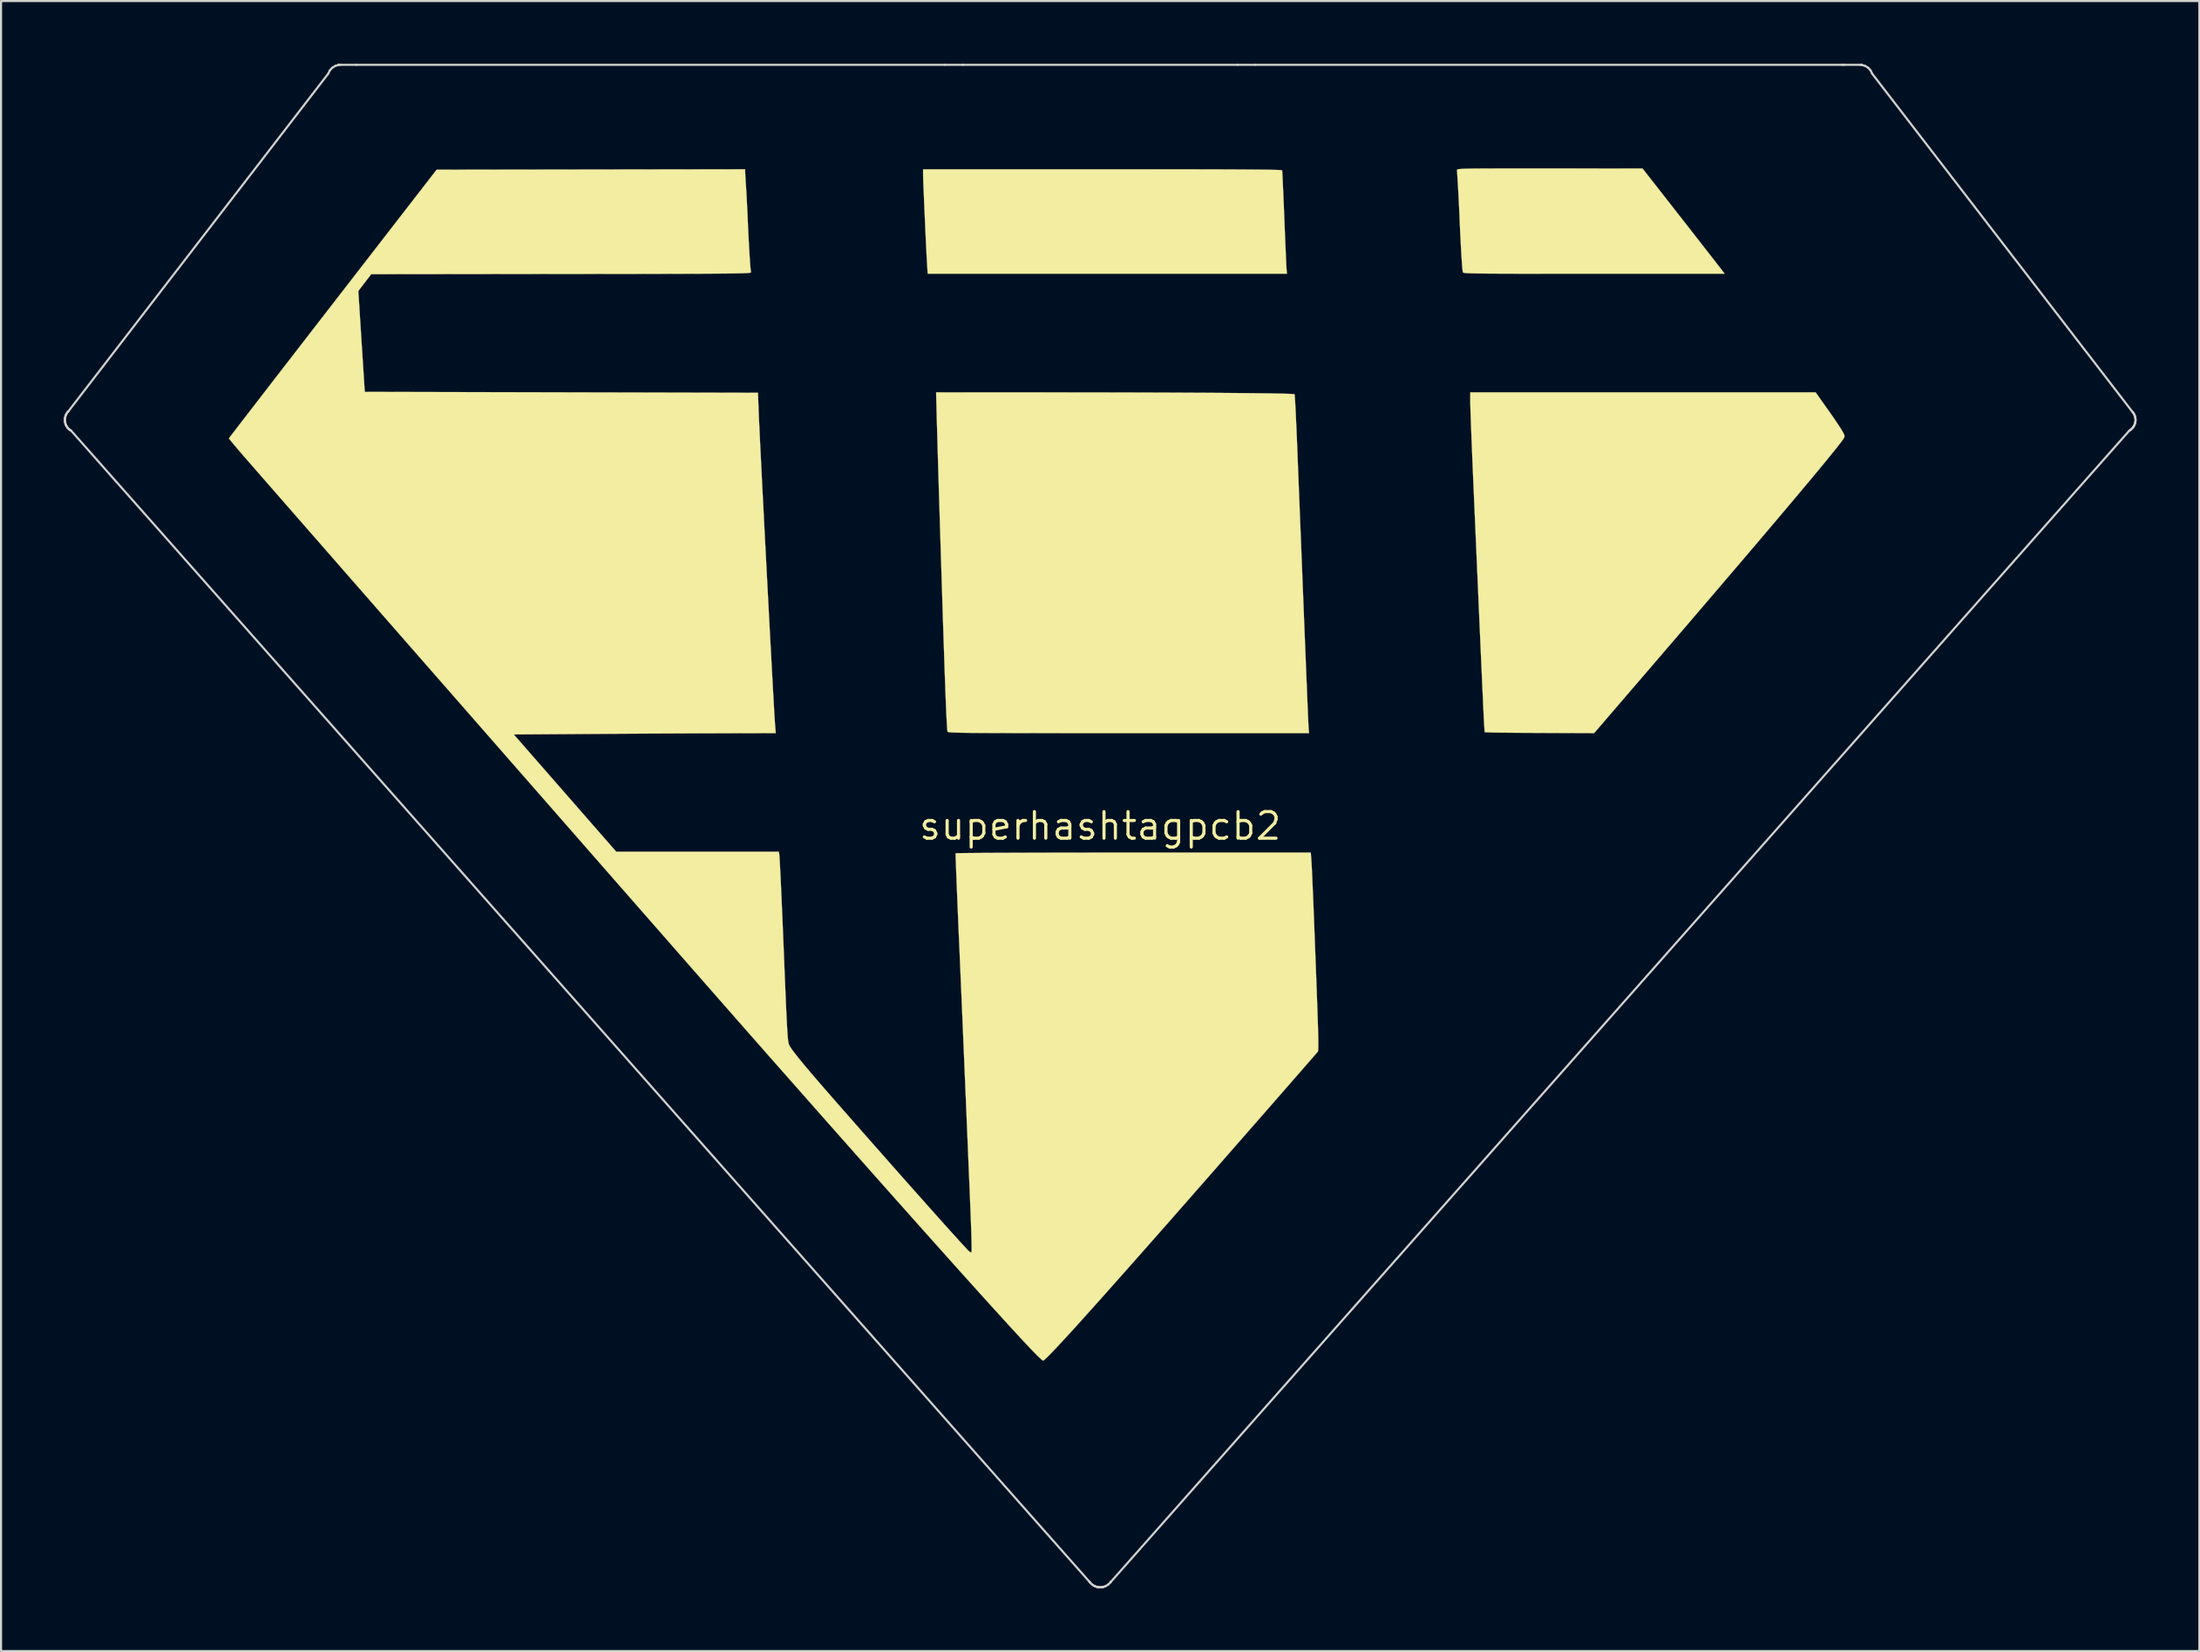
<source format=kicad_pcb>
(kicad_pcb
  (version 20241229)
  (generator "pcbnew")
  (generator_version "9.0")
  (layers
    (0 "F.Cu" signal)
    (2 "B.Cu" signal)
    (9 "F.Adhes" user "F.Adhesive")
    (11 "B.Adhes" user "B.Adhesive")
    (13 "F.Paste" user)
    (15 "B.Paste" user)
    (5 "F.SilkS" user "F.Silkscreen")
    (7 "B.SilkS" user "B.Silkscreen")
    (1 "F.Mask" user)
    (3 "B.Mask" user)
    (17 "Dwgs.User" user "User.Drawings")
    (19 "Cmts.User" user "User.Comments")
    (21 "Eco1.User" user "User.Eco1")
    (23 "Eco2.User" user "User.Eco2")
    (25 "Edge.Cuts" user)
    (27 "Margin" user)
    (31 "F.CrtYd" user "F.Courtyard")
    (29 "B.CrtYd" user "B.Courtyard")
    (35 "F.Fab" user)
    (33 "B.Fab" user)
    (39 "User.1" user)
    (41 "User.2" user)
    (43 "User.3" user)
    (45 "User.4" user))
  (footprint "superhashtagpcb2"
    (layer "F.Cu")
    (at 49.55 36.458)
    (property "Reference" "superhashtagpcb2" (at 0 0 0) (layer "F.SilkS") (effects (font (size 1.27 1.27) (thickness 0.15))))
    (attr through_hole)
    (fp_poly (pts (xy 27.705 -4.644) (xy 27.768 -4.577) (xy 27.843 -4.469) (xy 27.933 -4.316) (xy 28.042 -4.112) (xy 28.173 -3.853) (xy 28.33 -3.534) (xy 28.516 -3.151) (xy 28.735 -2.698) (xy 28.832 -2.498) (xy 29.025 -2.096) (xy 29.208 -1.717) (xy 29.375 -1.367) (xy 29.525 -1.053) (xy 29.653 -0.782) (xy 29.757 -0.562) (xy 29.832 -0.398) (xy 29.877 -0.297) (xy 29.887 -0.268) (xy 29.859 -0.206) (xy 29.787 -0.106) (xy 29.688 0.012) (xy 29.579 0.129) (xy 29.477 0.227) (xy 29.4 0.287) (xy 29.374 0.296) (xy 29.29 0.267) (xy 29.266 0.243) (xy 29.235 0.188) (xy 29.176 0.071) (xy 29.096 -0.095) (xy 29.001 -0.295) (xy 28.936 -0.433) (xy 28.647 -1.056) (xy 27.076 -1.579) (xy 26.672 -1.714) (xy 26.341 -1.826) (xy 26.077 -1.918) (xy 25.872 -1.991) (xy 25.72 -2.05) (xy 25.613 -2.096) (xy 25.544 -2.132) (xy 25.507 -2.162) (xy 25.493 -2.187) (xy 25.493 -2.187) (xy 25.514 -2.258) (xy 25.578 -2.367) (xy 25.67 -2.494) (xy 25.773 -2.619) (xy 25.872 -2.723) (xy 25.951 -2.785) (xy 25.979 -2.794) (xy 26.033 -2.781) (xy 26.156 -2.744) (xy 26.336 -2.687) (xy 26.563 -2.613) (xy 26.826 -2.526) (xy 27.09 -2.438) (xy 28.143 -2.082) (xy 28.005 -2.385) (xy 27.939 -2.526) (xy 27.845 -2.722) (xy 27.731 -2.954) (xy 27.609 -3.202) (xy 27.522 -3.376) (xy 27.412 -3.6) (xy 27.316 -3.803) (xy 27.241 -3.97) (xy 27.193 -4.088) (xy 27.178 -4.14) (xy 27.204 -4.209) (xy 27.273 -4.318) (xy 27.37 -4.442) (xy 27.375 -4.448) (xy 27.441 -4.528) (xy 27.499 -4.596) (xy 27.55 -4.646) (xy 27.6 -4.674) (xy 27.65 -4.675) (xy 27.705 -4.644)) (stroke (width 0.01) (type solid)) (fill yes) (layer "F.Mask"))
    (fp_poly (pts (xy 23.137 1.273) (xy 23.348 1.33) (xy 23.646 1.472) (xy 23.948 1.672) (xy 24.232 1.91) (xy 24.475 2.169) (xy 24.648 2.413) (xy 24.798 2.748) (xy 24.871 3.09) (xy 24.869 3.43) (xy 24.795 3.756) (xy 24.651 4.058) (xy 24.44 4.324) (xy 24.164 4.543) (xy 24.159 4.546) (xy 23.951 4.675) (xy 24.241 4.931) (xy 24.395 5.067) (xy 24.549 5.204) (xy 24.673 5.316) (xy 24.698 5.339) (xy 24.866 5.493) (xy 24.791 5.607) (xy 24.688 5.748) (xy 24.573 5.879) (xy 24.463 5.984) (xy 24.376 6.045) (xy 24.345 6.054) (xy 24.3 6.027) (xy 24.198 5.949) (xy 24.045 5.825) (xy 23.846 5.661) (xy 23.609 5.462) (xy 23.34 5.233) (xy 23.043 4.979) (xy 22.727 4.705) (xy 22.593 4.589) (xy 22.168 4.217) (xy 21.806 3.897) (xy 21.508 3.63) (xy 21.271 3.413) (xy 21.095 3.247) (xy 20.978 3.129) (xy 20.92 3.059) (xy 20.913 3.041) (xy 20.925 3.006) (xy 22.169 3.006) (xy 22.177 3.059) (xy 22.204 3.115) (xy 22.257 3.181) (xy 22.345 3.27) (xy 22.476 3.391) (xy 22.659 3.553) (xy 22.75 3.632) (xy 22.938 3.796) (xy 23.105 3.938) (xy 23.241 4.05) (xy 23.335 4.123) (xy 23.376 4.149) (xy 23.438 4.131) (xy 23.529 4.089) (xy 23.648 4.006) (xy 23.783 3.882) (xy 23.911 3.742) (xy 24.008 3.611) (xy 24.043 3.543) (xy 24.088 3.307) (xy 24.05 3.067) (xy 23.93 2.825) (xy 23.728 2.585) (xy 23.695 2.553) (xy 23.425 2.326) (xy 23.177 2.178) (xy 22.948 2.106) (xy 22.856 2.098) (xy 22.729 2.104) (xy 22.636 2.135) (xy 22.541 2.206) (xy 22.481 2.262) (xy 22.301 2.495) (xy 22.196 2.763) (xy 22.17 2.944) (xy 22.169 3.006) (xy 20.925 3.006) (xy 20.94 2.965) (xy 21.011 2.856) (xy 21.107 2.734) (xy 21.212 2.62) (xy 21.306 2.535) (xy 21.374 2.498) (xy 21.378 2.498) (xy 21.466 2.524) (xy 21.491 2.543) (xy 21.525 2.545) (xy 21.553 2.472) (xy 21.565 2.407) (xy 21.654 2.103) (xy 21.815 1.818) (xy 22.033 1.572) (xy 22.295 1.382) (xy 22.329 1.364) (xy 22.571 1.28) (xy 22.85 1.249) (xy 23.137 1.273)) (stroke (width 0.01) (type solid)) (fill yes) (layer "F.Mask"))
    (fp_poly (pts (xy 9.487 14.316) (xy 9.522 14.338) (xy 9.575 14.379) (xy 9.684 14.47) (xy 9.841 14.603) (xy 10.038 14.771) (xy 10.268 14.969) (xy 10.524 15.19) (xy 10.797 15.426) (xy 11.08 15.671) (xy 11.365 15.919) (xy 11.644 16.162) (xy 11.911 16.394) (xy 12.156 16.609) (xy 12.372 16.8) (xy 12.552 16.959) (xy 12.689 17.081) (xy 12.773 17.159) (xy 12.774 17.16) (xy 12.871 17.257) (xy 12.936 17.331) (xy 12.954 17.361) (xy 12.928 17.405) (xy 12.861 17.496) (xy 12.764 17.615) (xy 12.736 17.649) (xy 12.598 17.799) (xy 12.493 17.882) (xy 12.41 17.902) (xy 12.338 17.866) (xy 12.327 17.856) (xy 12.293 17.84) (xy 12.278 17.889) (xy 12.277 17.951) (xy 12.24 18.16) (xy 12.14 18.385) (xy 11.991 18.606) (xy 11.807 18.806) (xy 11.603 18.967) (xy 11.401 19.067) (xy 11.137 19.122) (xy 10.843 19.126) (xy 10.556 19.079) (xy 10.458 19.048) (xy 10.143 18.901) (xy 9.83 18.692) (xy 9.541 18.441) (xy 9.301 18.168) (xy 9.248 18.091) (xy 9.069 17.756) (xy 8.968 17.413) (xy 8.943 17.093) (xy 9.737 17.093) (xy 9.775 17.307) (xy 9.882 17.532) (xy 10.045 17.753) (xy 10.252 17.957) (xy 10.489 18.13) (xy 10.745 18.258) (xy 10.837 18.291) (xy 10.939 18.319) (xy 11.008 18.322) (xy 11.089 18.297) (xy 11.12 18.285) (xy 11.31 18.172) (xy 11.472 17.994) (xy 11.595 17.772) (xy 11.664 17.526) (xy 11.669 17.491) (xy 11.691 17.293) (xy 11.071 16.754) (xy 10.451 16.214) (xy 10.327 16.278) (xy 10.103 16.428) (xy 9.923 16.616) (xy 9.797 16.826) (xy 9.739 17.041) (xy 9.737 17.093) (xy 8.943 17.093) (xy 8.941 17.07) (xy 8.988 16.739) (xy 9.107 16.428) (xy 9.295 16.147) (xy 9.552 15.907) (xy 9.628 15.854) (xy 9.734 15.779) (xy 9.804 15.72) (xy 9.82 15.698) (xy 9.791 15.661) (xy 9.708 15.58) (xy 9.584 15.466) (xy 9.431 15.328) (xy 9.377 15.28) (xy 9.216 15.136) (xy 9.081 15.007) (xy 8.983 14.906) (xy 8.935 14.845) (xy 8.932 14.835) (xy 8.959 14.777) (xy 9.027 14.678) (xy 9.119 14.56) (xy 9.22 14.444) (xy 9.311 14.35) (xy 9.346 14.319) (xy 9.411 14.291) (xy 9.487 14.316)) (stroke (width 0.01) (type solid)) (fill yes) (layer "F.Mask"))
    (fp_poly (pts (xy 5.954 20.884) (xy 6.196 20.93) (xy 6.213 20.935) (xy 6.417 21.018) (xy 6.65 21.151) (xy 6.89 21.317) (xy 7.114 21.499) (xy 7.282 21.666) (xy 7.415 21.833) (xy 7.545 22.027) (xy 7.633 22.182) (xy 7.74 22.48) (xy 7.789 22.804) (xy 7.778 23.127) (xy 7.709 23.41) (xy 7.566 23.682) (xy 7.362 23.932) (xy 7.117 24.134) (xy 7.043 24.179) (xy 6.923 24.256) (xy 6.841 24.328) (xy 6.816 24.371) (xy 6.788 24.44) (xy 6.717 24.544) (xy 6.62 24.661) (xy 6.517 24.772) (xy 6.424 24.855) (xy 6.359 24.892) (xy 6.355 24.892) (xy 6.311 24.865) (xy 6.21 24.787) (xy 6.057 24.663) (xy 5.859 24.499) (xy 5.621 24.299) (xy 5.35 24.068) (xy 5.053 23.813) (xy 4.734 23.537) (xy 4.561 23.387) (xy 4.236 23.101) (xy 3.93 22.832) (xy 3.767 22.686) (xy 5.043 22.686) (xy 5.078 22.727) (xy 5.166 22.811) (xy 5.293 22.928) (xy 5.448 23.067) (xy 5.62 23.218) (xy 5.795 23.371) (xy 5.962 23.514) (xy 6.109 23.637) (xy 6.223 23.731) (xy 6.293 23.784) (xy 6.309 23.791) (xy 6.357 23.768) (xy 6.447 23.71) (xy 6.502 23.67) (xy 6.734 23.469) (xy 6.903 23.259) (xy 7.003 23.049) (xy 7.027 22.891) (xy 6.99 22.714) (xy 6.889 22.518) (xy 6.736 22.316) (xy 6.545 22.121) (xy 6.329 21.947) (xy 6.102 21.806) (xy 5.877 21.713) (xy 5.832 21.701) (xy 5.663 21.702) (xy 5.495 21.776) (xy 5.339 21.913) (xy 5.207 22.104) (xy 5.11 22.338) (xy 5.099 22.374) (xy 5.064 22.518) (xy 5.044 22.632) (xy 5.043 22.686) (xy 3.767 22.686) (xy 3.65 22.583) (xy 3.403 22.361) (xy 3.192 22.169) (xy 3.025 22.015) (xy 2.908 21.902) (xy 2.845 21.837) (xy 2.836 21.824) (xy 2.865 21.752) (xy 2.939 21.646) (xy 3.041 21.528) (xy 3.15 21.417) (xy 3.249 21.332) (xy 3.32 21.295) (xy 3.324 21.295) (xy 3.386 21.322) (xy 3.5 21.397) (xy 3.652 21.513) (xy 3.832 21.661) (xy 3.917 21.733) (xy 4.424 22.172) (xy 4.478 21.936) (xy 4.585 21.639) (xy 4.758 21.365) (xy 4.981 21.133) (xy 5.24 20.964) (xy 5.268 20.95) (xy 5.459 20.895) (xy 5.699 20.873) (xy 5.954 20.884)) (stroke (width 0.01) (type solid)) (fill yes) (layer "F.Mask"))
    (fp_poly (pts (xy 15.484 10.017) (xy 15.635 10.036) (xy 15.768 10.075) (xy 15.875 10.121) (xy 16.023 10.202) (xy 16.184 10.309) (xy 16.341 10.428) (xy 16.48 10.546) (xy 16.583 10.651) (xy 16.634 10.728) (xy 16.637 10.744) (xy 16.61 10.794) (xy 16.534 10.899) (xy 16.417 11.048) (xy 16.267 11.232) (xy 16.089 11.443) (xy 15.918 11.642) (xy 15.725 11.866) (xy 15.552 12.07) (xy 15.408 12.245) (xy 15.298 12.383) (xy 15.231 12.474) (xy 15.213 12.509) (xy 15.273 12.581) (xy 15.395 12.644) (xy 15.552 12.69) (xy 15.721 12.709) (xy 15.724 12.709) (xy 15.984 12.67) (xy 16.229 12.549) (xy 16.453 12.35) (xy 16.462 12.341) (xy 16.571 12.205) (xy 16.658 12.063) (xy 16.733 11.898) (xy 16.803 11.69) (xy 16.876 11.42) (xy 16.892 11.356) (xy 16.934 11.239) (xy 16.994 11.185) (xy 17.081 11.193) (xy 17.203 11.264) (xy 17.366 11.396) (xy 17.493 11.508) (xy 17.566 11.587) (xy 17.598 11.65) (xy 17.601 11.718) (xy 17.595 11.766) (xy 17.565 11.872) (xy 17.507 12.025) (xy 17.43 12.201) (xy 17.394 12.277) (xy 17.204 12.596) (xy 16.966 12.89) (xy 16.698 13.143) (xy 16.417 13.334) (xy 16.331 13.378) (xy 15.994 13.494) (xy 15.651 13.532) (xy 15.317 13.491) (xy 15.282 13.481) (xy 14.992 13.366) (xy 14.695 13.19) (xy 14.414 12.968) (xy 14.172 12.72) (xy 14.005 12.487) (xy 13.848 12.142) (xy 13.773 11.788) (xy 13.776 11.583) (xy 14.497 11.583) (xy 14.537 11.782) (xy 14.594 11.912) (xy 14.641 11.99) (xy 14.68 11.999) (xy 14.708 11.975) (xy 14.753 11.924) (xy 14.843 11.822) (xy 14.966 11.681) (xy 15.113 11.514) (xy 15.199 11.415) (xy 15.364 11.225) (xy 15.479 11.088) (xy 15.551 10.994) (xy 15.586 10.932) (xy 15.591 10.893) (xy 15.572 10.865) (xy 15.559 10.854) (xy 15.419 10.79) (xy 15.244 10.76) (xy 15.082 10.772) (xy 14.965 10.832) (xy 14.83 10.944) (xy 14.698 11.087) (xy 14.589 11.238) (xy 14.524 11.376) (xy 14.521 11.384) (xy 14.497 11.583) (xy 13.776 11.583) (xy 13.778 11.434) (xy 13.863 11.089) (xy 14.026 10.761) (xy 14.266 10.459) (xy 14.286 10.438) (xy 14.505 10.243) (xy 14.714 10.114) (xy 14.937 10.041) (xy 15.201 10.013) (xy 15.282 10.012) (xy 15.484 10.017)) (stroke (width 0.01) (type solid)) (fill yes) (layer "F.Mask"))
    (fp_poly (pts (xy 25.463 -1.499) (xy 25.602 -1.484) (xy 25.728 -1.449) (xy 25.875 -1.385) (xy 25.961 -1.343) (xy 26.185 -1.211) (xy 26.422 -1.037) (xy 26.651 -0.838) (xy 26.853 -0.632) (xy 27.008 -0.437) (xy 27.06 -0.353) (xy 27.213 0.004) (xy 27.287 0.36) (xy 27.282 0.706) (xy 27.196 1.036) (xy 27.181 1.073) (xy 27.099 1.219) (xy 26.975 1.385) (xy 26.83 1.55) (xy 26.681 1.694) (xy 26.548 1.795) (xy 26.497 1.822) (xy 26.414 1.866) (xy 26.382 1.904) (xy 26.383 1.906) (xy 26.417 1.944) (xy 26.503 2.027) (xy 26.628 2.144) (xy 26.782 2.284) (xy 26.829 2.326) (xy 26.987 2.47) (xy 27.119 2.595) (xy 27.214 2.69) (xy 27.26 2.744) (xy 27.263 2.75) (xy 27.235 2.808) (xy 27.164 2.904) (xy 27.065 3.019) (xy 26.958 3.134) (xy 26.858 3.231) (xy 26.783 3.29) (xy 26.759 3.3) (xy 26.715 3.273) (xy 26.613 3.195) (xy 26.461 3.071) (xy 26.263 2.907) (xy 26.027 2.707) (xy 25.758 2.478) (xy 25.463 2.224) (xy 25.147 1.95) (xy 25.019 1.838) (xy 24.663 1.526) (xy 24.339 1.239) (xy 24.052 0.982) (xy 23.806 0.759) (xy 23.607 0.574) (xy 23.459 0.432) (xy 23.366 0.337) (xy 23.359 0.328) (xy 24.544 0.328) (xy 25.152 0.861) (xy 25.343 1.027) (xy 25.513 1.172) (xy 25.652 1.288) (xy 25.748 1.365) (xy 25.792 1.395) (xy 25.793 1.396) (xy 25.849 1.376) (xy 25.939 1.328) (xy 25.941 1.326) (xy 26.171 1.151) (xy 26.347 0.95) (xy 26.46 0.736) (xy 26.5 0.524) (xy 26.5 0.52) (xy 26.467 0.314) (xy 26.368 0.107) (xy 26.197 -0.108) (xy 26.07 -0.236) (xy 25.799 -0.46) (xy 25.554 -0.603) (xy 25.33 -0.668) (xy 25.128 -0.654) (xy 24.973 -0.581) (xy 24.854 -0.466) (xy 24.739 -0.294) (xy 24.642 -0.094) (xy 24.579 0.106) (xy 24.571 0.153) (xy 24.544 0.328) (xy 23.359 0.328) (xy 23.333 0.293) (xy 23.355 0.207) (xy 23.436 0.078) (xy 23.519 -0.027) (xy 23.631 -0.152) (xy 23.712 -0.221) (xy 23.78 -0.246) (xy 23.836 -0.245) (xy 23.915 -0.242) (xy 23.955 -0.282) (xy 23.977 -0.378) (xy 24.063 -0.66) (xy 24.216 -0.933) (xy 24.422 -1.175) (xy 24.663 -1.366) (xy 24.731 -1.405) (xy 24.845 -1.456) (xy 24.967 -1.486) (xy 25.125 -1.5) (xy 25.275 -1.502) (xy 25.463 -1.499)) (stroke (width 0.01) (type solid)) (fill yes) (layer "F.Mask"))
    (fp_poly (pts (xy 8.407 18.318) (xy 8.546 18.383) (xy 8.643 18.446) (xy 8.784 18.55) (xy 8.961 18.689) (xy 9.163 18.854) (xy 9.381 19.036) (xy 9.605 19.227) (xy 9.825 19.418) (xy 10.032 19.602) (xy 10.216 19.77) (xy 10.367 19.913) (xy 10.477 20.024) (xy 10.534 20.093) (xy 10.54 20.108) (xy 10.513 20.169) (xy 10.443 20.271) (xy 10.343 20.394) (xy 10.324 20.416) (xy 10.202 20.547) (xy 10.113 20.62) (xy 10.04 20.649) (xy 10 20.649) (xy 9.925 20.653) (xy 9.884 20.698) (xy 9.857 20.796) (xy 9.816 20.931) (xy 9.752 21.089) (xy 9.72 21.156) (xy 9.535 21.444) (xy 9.311 21.672) (xy 9.057 21.836) (xy 8.784 21.93) (xy 8.501 21.951) (xy 8.221 21.893) (xy 7.939 21.755) (xy 7.707 21.555) (xy 7.543 21.333) (xy 7.47 21.207) (xy 7.43 21.106) (xy 7.413 20.996) (xy 7.414 20.846) (xy 7.416 20.786) (xy 7.431 20.685) (xy 8.207 20.685) (xy 8.241 20.862) (xy 8.334 21.001) (xy 8.41 21.056) (xy 8.557 21.113) (xy 8.687 21.104) (xy 8.824 21.027) (xy 8.893 20.968) (xy 9.079 20.76) (xy 9.201 20.519) (xy 9.262 20.285) (xy 9.302 20.063) (xy 9.067 19.853) (xy 8.95 19.752) (xy 8.858 19.677) (xy 8.808 19.643) (xy 8.805 19.643) (xy 8.771 19.675) (xy 8.701 19.759) (xy 8.61 19.88) (xy 8.509 20.018) (xy 8.412 20.157) (xy 8.331 20.28) (xy 8.328 20.285) (xy 8.236 20.488) (xy 8.207 20.685) (xy 7.431 20.685) (xy 7.457 20.499) (xy 7.558 20.203) (xy 7.724 19.887) (xy 7.959 19.542) (xy 7.994 19.494) (xy 8.111 19.339) (xy 8.18 19.235) (xy 8.21 19.17) (xy 8.207 19.13) (xy 8.182 19.103) (xy 8.049 19.053) (xy 7.89 19.081) (xy 7.708 19.186) (xy 7.699 19.193) (xy 7.548 19.326) (xy 7.41 19.49) (xy 7.271 19.702) (xy 7.122 19.976) (xy 7.091 20.039) (xy 7.01 20.192) (xy 6.939 20.313) (xy 6.887 20.383) (xy 6.873 20.394) (xy 6.817 20.376) (xy 6.72 20.315) (xy 6.602 20.226) (xy 6.483 20.125) (xy 6.382 20.028) (xy 6.323 19.957) (xy 6.301 19.911) (xy 6.301 19.856) (xy 6.329 19.778) (xy 6.391 19.659) (xy 6.488 19.493) (xy 6.665 19.223) (xy 6.873 18.962) (xy 7.094 18.725) (xy 7.314 18.527) (xy 7.518 18.386) (xy 7.58 18.354) (xy 7.862 18.26) (xy 8.134 18.247) (xy 8.407 18.318)) (stroke (width 0.01) (type solid)) (fill yes) (layer "F.Mask"))
    (fp_poly (pts (xy 20.587 4.079) (xy 20.707 4.108) (xy 20.834 4.162) (xy 20.979 4.247) (xy 21.149 4.368) (xy 21.354 4.53) (xy 21.602 4.738) (xy 21.902 4.997) (xy 21.95 5.039) (xy 22.183 5.243) (xy 22.395 5.43) (xy 22.578 5.593) (xy 22.724 5.724) (xy 22.824 5.815) (xy 22.869 5.859) (xy 22.87 5.86) (xy 22.895 5.914) (xy 22.887 5.974) (xy 22.839 6.055) (xy 22.742 6.174) (xy 22.684 6.239) (xy 22.562 6.369) (xy 22.474 6.441) (xy 22.405 6.467) (xy 22.367 6.465) (xy 22.3 6.465) (xy 22.258 6.508) (xy 22.222 6.614) (xy 22.221 6.62) (xy 22.109 6.919) (xy 21.945 7.196) (xy 21.745 7.432) (xy 21.523 7.608) (xy 21.461 7.642) (xy 21.247 7.722) (xy 21.007 7.766) (xy 20.779 7.769) (xy 20.673 7.751) (xy 20.486 7.679) (xy 20.288 7.564) (xy 20.115 7.431) (xy 20.047 7.361) (xy 19.896 7.153) (xy 19.808 6.955) (xy 19.775 6.737) (xy 19.777 6.587) (xy 19.799 6.411) (xy 20.578 6.411) (xy 20.583 6.605) (xy 20.657 6.772) (xy 20.698 6.819) (xy 20.837 6.92) (xy 20.979 6.941) (xy 21.131 6.882) (xy 21.254 6.787) (xy 21.405 6.629) (xy 21.512 6.459) (xy 21.59 6.247) (xy 21.619 6.138) (xy 21.676 5.905) (xy 21.432 5.683) (xy 21.313 5.578) (xy 21.219 5.5) (xy 21.166 5.462) (xy 21.161 5.461) (xy 21.126 5.494) (xy 21.058 5.581) (xy 20.969 5.705) (xy 20.87 5.848) (xy 20.774 5.993) (xy 20.693 6.122) (xy 20.643 6.21) (xy 20.578 6.411) (xy 19.799 6.411) (xy 19.806 6.358) (xy 19.875 6.128) (xy 19.989 5.883) (xy 20.154 5.609) (xy 20.331 5.355) (xy 20.607 4.974) (xy 20.488 4.915) (xy 20.383 4.878) (xy 20.282 4.893) (xy 20.238 4.91) (xy 20.095 5) (xy 19.934 5.152) (xy 19.769 5.349) (xy 19.613 5.577) (xy 19.481 5.816) (xy 19.397 5.977) (xy 19.32 6.108) (xy 19.26 6.191) (xy 19.238 6.209) (xy 19.171 6.195) (xy 19.069 6.133) (xy 18.951 6.04) (xy 18.835 5.931) (xy 18.74 5.823) (xy 18.685 5.734) (xy 18.678 5.711) (xy 18.697 5.614) (xy 18.761 5.469) (xy 18.863 5.292) (xy 18.991 5.097) (xy 19.136 4.9) (xy 19.289 4.717) (xy 19.384 4.615) (xy 19.619 4.394) (xy 19.83 4.239) (xy 20.033 4.139) (xy 20.243 4.086) (xy 20.338 4.075) (xy 20.467 4.069) (xy 20.587 4.079)) (stroke (width 0.01) (type solid)) (fill yes) (layer "F.Mask"))
    (fp_poly (pts (xy 12.834 12.388) (xy 12.935 12.464) (xy 13.082 12.582) (xy 13.267 12.734) (xy 13.481 12.913) (xy 13.716 13.112) (xy 13.963 13.324) (xy 14.213 13.54) (xy 14.459 13.754) (xy 14.691 13.959) (xy 14.901 14.146) (xy 15.08 14.309) (xy 15.221 14.441) (xy 15.314 14.533) (xy 15.336 14.558) (xy 15.552 14.867) (xy 15.684 15.177) (xy 15.731 15.49) (xy 15.694 15.806) (xy 15.572 16.127) (xy 15.501 16.255) (xy 15.383 16.426) (xy 15.233 16.611) (xy 15.063 16.796) (xy 14.886 16.969) (xy 14.714 17.12) (xy 14.561 17.234) (xy 14.439 17.302) (xy 14.384 17.314) (xy 14.326 17.288) (xy 14.226 17.217) (xy 14.105 17.117) (xy 14.084 17.099) (xy 13.968 16.986) (xy 13.882 16.884) (xy 13.844 16.814) (xy 13.843 16.807) (xy 13.88 16.741) (xy 13.99 16.642) (xy 14.168 16.513) (xy 14.204 16.489) (xy 14.502 16.265) (xy 14.724 16.04) (xy 14.869 15.818) (xy 14.934 15.602) (xy 14.92 15.395) (xy 14.824 15.199) (xy 14.792 15.159) (xy 14.696 15.06) (xy 14.636 15.035) (xy 14.608 15.085) (xy 14.605 15.135) (xy 14.571 15.303) (xy 14.478 15.497) (xy 14.34 15.7) (xy 14.171 15.893) (xy 13.986 16.06) (xy 13.8 16.183) (xy 13.698 16.228) (xy 13.381 16.295) (xy 13.061 16.282) (xy 12.732 16.189) (xy 12.39 16.013) (xy 12.302 15.957) (xy 11.982 15.713) (xy 11.733 15.451) (xy 11.541 15.156) (xy 11.498 15.071) (xy 11.436 14.934) (xy 11.398 14.819) (xy 11.377 14.697) (xy 11.368 14.542) (xy 11.367 14.372) (xy 11.367 14.34) (xy 12.138 14.34) (xy 12.166 14.534) (xy 12.269 14.755) (xy 12.435 14.976) (xy 12.644 15.178) (xy 12.877 15.342) (xy 13.074 15.435) (xy 13.21 15.478) (xy 13.308 15.488) (xy 13.407 15.464) (xy 13.476 15.436) (xy 13.66 15.316) (xy 13.817 15.125) (xy 13.941 14.875) (xy 14.006 14.654) (xy 14.044 14.483) (xy 13.452 13.966) (xy 12.859 13.448) (xy 12.727 13.521) (xy 12.477 13.692) (xy 12.292 13.892) (xy 12.177 14.111) (xy 12.138 14.34) (xy 11.367 14.34) (xy 11.369 14.169) (xy 11.379 14.025) (xy 11.402 13.914) (xy 11.441 13.811) (xy 11.486 13.723) (xy 11.657 13.456) (xy 11.865 13.226) (xy 12.089 13.056) (xy 12.128 13.034) (xy 12.238 12.966) (xy 12.306 12.903) (xy 12.319 12.876) (xy 12.347 12.807) (xy 12.42 12.704) (xy 12.518 12.588) (xy 12.624 12.479) (xy 12.719 12.396) (xy 12.784 12.361) (xy 12.787 12.361) (xy 12.834 12.388)) (stroke (width 0.01) (type solid)) (fill yes) (layer "F.Mask"))
    (fp_poly (pts (xy 17.221 5.744) (xy 17.326 5.822) (xy 17.478 5.944) (xy 17.671 6.103) (xy 17.896 6.293) (xy 18.147 6.507) (xy 18.417 6.74) (xy 18.697 6.984) (xy 18.981 7.234) (xy 19.262 7.482) (xy 19.531 7.722) (xy 19.783 7.948) (xy 20.008 8.154) (xy 20.201 8.333) (xy 20.353 8.478) (xy 20.458 8.583) (xy 20.507 8.643) (xy 20.511 8.65) (xy 20.484 8.719) (xy 20.415 8.826) (xy 20.322 8.95) (xy 20.221 9.07) (xy 20.131 9.162) (xy 20.073 9.204) (xy 20.044 9.214) (xy 20.012 9.212) (xy 19.968 9.194) (xy 19.905 9.152) (xy 19.813 9.081) (xy 19.685 8.975) (xy 19.513 8.827) (xy 19.288 8.632) (xy 19.193 8.55) (xy 18.987 8.371) (xy 18.803 8.214) (xy 18.649 8.084) (xy 18.535 7.991) (xy 18.471 7.943) (xy 18.461 7.938) (xy 18.424 7.967) (xy 18.343 8.049) (xy 18.231 8.17) (xy 18.098 8.317) (xy 18.097 8.319) (xy 17.931 8.507) (xy 17.752 8.71) (xy 17.587 8.897) (xy 17.498 8.998) (xy 17.234 9.297) (xy 17.994 9.962) (xy 18.207 10.151) (xy 18.397 10.324) (xy 18.555 10.473) (xy 18.673 10.589) (xy 18.74 10.663) (xy 18.754 10.686) (xy 18.726 10.752) (xy 18.656 10.854) (xy 18.558 10.975) (xy 18.451 11.094) (xy 18.351 11.192) (xy 18.274 11.251) (xy 18.25 11.26) (xy 18.205 11.233) (xy 18.103 11.155) (xy 17.951 11.032) (xy 17.756 10.87) (xy 17.523 10.674) (xy 17.26 10.449) (xy 16.973 10.202) (xy 16.701 9.965) (xy 16.309 9.624) (xy 15.977 9.334) (xy 15.7 9.092) (xy 15.472 8.892) (xy 15.288 8.73) (xy 15.146 8.601) (xy 15.039 8.502) (xy 14.963 8.428) (xy 14.913 8.374) (xy 14.886 8.336) (xy 14.875 8.31) (xy 14.877 8.291) (xy 14.887 8.274) (xy 14.901 8.256) (xy 14.905 8.248) (xy 14.97 8.153) (xy 15.066 8.038) (xy 15.176 7.922) (xy 15.281 7.823) (xy 15.364 7.76) (xy 15.397 7.747) (xy 15.447 7.774) (xy 15.549 7.848) (xy 15.691 7.96) (xy 15.862 8.103) (xy 16.027 8.244) (xy 16.212 8.405) (xy 16.376 8.546) (xy 16.507 8.656) (xy 16.595 8.729) (xy 16.629 8.753) (xy 16.666 8.726) (xy 16.746 8.646) (xy 16.861 8.523) (xy 17.001 8.369) (xy 17.154 8.196) (xy 17.311 8.015) (xy 17.463 7.837) (xy 17.6 7.674) (xy 17.711 7.537) (xy 17.786 7.439) (xy 17.816 7.389) (xy 17.816 7.387) (xy 17.784 7.345) (xy 17.699 7.259) (xy 17.575 7.143) (xy 17.423 7.008) (xy 17.404 6.99) (xy 17.162 6.78) (xy 16.978 6.617) (xy 16.843 6.495) (xy 16.752 6.405) (xy 16.697 6.341) (xy 16.671 6.294) (xy 16.668 6.258) (xy 16.68 6.224) (xy 16.69 6.205) (xy 16.767 6.089) (xy 16.871 5.963) (xy 16.984 5.847) (xy 17.087 5.759) (xy 17.162 5.718) (xy 17.172 5.717) (xy 17.221 5.744)) (stroke (width 0.01) (type solid)) (fill yes) (layer "F.Mask"))
    (fp_poly (pts (xy 2.078 23.05) (xy 2.124 23.092) (xy 2.206 23.191) (xy 2.313 23.331) (xy 2.434 23.499) (xy 2.451 23.523) (xy 2.765 23.973) (xy 3.029 23.688) (xy 3.163 23.547) (xy 3.26 23.466) (xy 3.34 23.443) (xy 3.423 23.476) (xy 3.532 23.564) (xy 3.612 23.637) (xy 3.695 23.721) (xy 3.735 23.792) (xy 3.729 23.867) (xy 3.673 23.963) (xy 3.564 24.096) (xy 3.5 24.168) (xy 3.358 24.326) (xy 3.264 24.435) (xy 3.215 24.514) (xy 3.209 24.583) (xy 3.242 24.658) (xy 3.311 24.76) (xy 3.387 24.868) (xy 3.487 25.008) (xy 3.571 25.117) (xy 3.626 25.18) (xy 3.638 25.188) (xy 3.678 25.159) (xy 3.758 25.079) (xy 3.864 24.965) (xy 3.911 24.913) (xy 4.027 24.789) (xy 4.127 24.694) (xy 4.195 24.643) (xy 4.209 24.638) (xy 4.267 24.665) (xy 4.362 24.736) (xy 4.464 24.824) (xy 4.553 24.908) (xy 4.608 24.975) (xy 4.625 25.038) (xy 4.601 25.112) (xy 4.533 25.212) (xy 4.415 25.352) (xy 4.301 25.483) (xy 4.025 25.799) (xy 4.122 25.928) (xy 4.254 26.106) (xy 4.384 26.291) (xy 4.503 26.466) (xy 4.601 26.618) (xy 4.67 26.733) (xy 4.699 26.795) (xy 4.699 26.798) (xy 4.671 26.871) (xy 4.6 26.973) (xy 4.506 27.08) (xy 4.412 27.169) (xy 4.337 27.217) (xy 4.321 27.22) (xy 4.26 27.184) (xy 4.162 27.079) (xy 4.03 26.908) (xy 3.935 26.776) (xy 3.817 26.609) (xy 3.715 26.47) (xy 3.64 26.374) (xy 3.601 26.332) (xy 3.599 26.331) (xy 3.543 26.362) (xy 3.466 26.438) (xy 3.388 26.533) (xy 3.33 26.622) (xy 3.313 26.68) (xy 3.313 26.681) (xy 3.346 26.737) (xy 3.417 26.846) (xy 3.516 26.993) (xy 3.634 27.162) (xy 3.637 27.166) (xy 3.752 27.336) (xy 3.848 27.486) (xy 3.912 27.6) (xy 3.937 27.662) (xy 3.937 27.663) (xy 3.907 27.752) (xy 3.831 27.862) (xy 3.733 27.967) (xy 3.634 28.043) (xy 3.569 28.066) (xy 3.515 28.049) (xy 3.445 27.989) (xy 3.352 27.877) (xy 3.227 27.706) (xy 3.169 27.622) (xy 3.051 27.455) (xy 2.949 27.317) (xy 2.873 27.22) (xy 2.833 27.179) (xy 2.831 27.178) (xy 2.785 27.209) (xy 2.739 27.264) (xy 2.667 27.355) (xy 2.57 27.465) (xy 2.466 27.574) (xy 2.372 27.666) (xy 2.307 27.72) (xy 2.29 27.728) (xy 2.231 27.7) (xy 2.139 27.627) (xy 2.035 27.531) (xy 1.941 27.433) (xy 1.878 27.352) (xy 1.863 27.317) (xy 1.89 27.258) (xy 1.962 27.156) (xy 2.067 27.025) (xy 2.138 26.944) (xy 2.256 26.807) (xy 2.348 26.692) (xy 2.403 26.612) (xy 2.413 26.589) (xy 2.39 26.535) (xy 2.329 26.431) (xy 2.241 26.295) (xy 2.194 26.227) (xy 1.975 25.912) (xy 1.803 26.111) (xy 1.647 26.287) (xy 1.535 26.404) (xy 1.459 26.473) (xy 1.409 26.499) (xy 1.398 26.501) (xy 1.338 26.472) (xy 1.246 26.4) (xy 1.142 26.305) (xy 1.049 26.207) (xy 0.987 26.127) (xy 0.974 26.095) (xy 1 26.041) (xy 1.072 25.941) (xy 1.178 25.809) (xy 1.274 25.697) (xy 1.54 25.396) (xy 2.397 25.396) (xy 2.627 25.735) (xy 2.728 25.881) (xy 2.813 25.995) (xy 2.869 26.063) (xy 2.884 26.076) (xy 2.923 26.047) (xy 2.996 25.97) (xy 3.058 25.897) (xy 3.205 25.718) (xy 2.972 25.386) (xy 2.739 25.054) (xy 2.397 25.396) (xy 1.54 25.396) (xy 1.575 25.356) (xy 1.501 25.241) (xy 1.444 25.156) (xy 1.353 25.025) (xy 1.243 24.867) (xy 1.175 24.77) (xy 1.068 24.617) (xy 0.98 24.486) (xy 0.921 24.394) (xy 0.905 24.364) (xy 0.918 24.298) (xy 0.979 24.202) (xy 1.068 24.097) (xy 1.165 24.005) (xy 1.252 23.948) (xy 1.286 23.939) (xy 1.342 23.962) (xy 1.42 24.033) (xy 1.527 24.162) (xy 1.67 24.354) (xy 1.699 24.394) (xy 2.022 24.849) (xy 2.176 24.662) (xy 2.329 24.475) (xy 1.984 23.982) (xy 1.849 23.786) (xy 1.756 23.646) (xy 1.701 23.549) (xy 1.676 23.482) (xy 1.676 23.433) (xy 1.693 23.389) (xy 1.769 23.279) (xy 1.867 23.174) (xy 1.968 23.091) (xy 2.05 23.05) (xy 2.078 23.05)) (stroke (width 0.01) (type solid)) (fill yes) (layer "F.Mask"))
    (fp_poly (pts (xy 1.145 -31.411) (xy 2.102 -31.411) (xy 2.979 -31.41) (xy 3.781 -31.41) (xy 4.51 -31.409) (xy 5.169 -31.407) (xy 5.761 -31.406) (xy 6.288 -31.404) (xy 6.755 -31.402) (xy 7.163 -31.399) (xy 7.516 -31.396) (xy 7.816 -31.393) (xy 8.067 -31.389) (xy 8.271 -31.385) (xy 8.432 -31.381) (xy 8.552 -31.376) (xy 8.634 -31.37) (xy 8.682 -31.365) (xy 8.697 -31.358) (xy 8.702 -31.307) (xy 8.71 -31.179) (xy 8.72 -30.983) (xy 8.732 -30.726) (xy 8.746 -30.416) (xy 8.761 -30.062) (xy 8.778 -29.672) (xy 8.795 -29.253) (xy 8.802 -29.062) (xy 8.82 -28.627) (xy 8.837 -28.213) (xy 8.853 -27.827) (xy 8.868 -27.479) (xy 8.881 -27.177) (xy 8.892 -26.931) (xy 8.902 -26.748) (xy 8.908 -26.638) (xy 8.91 -26.617) (xy 8.928 -26.416) (xy -8.246 -26.416) (xy -8.273 -26.829) (xy -8.282 -26.989) (xy -8.295 -27.215) (xy -8.309 -27.495) (xy -8.325 -27.818) (xy -8.342 -28.173) (xy -8.359 -28.551) (xy -8.377 -28.94) (xy -8.394 -29.329) (xy -8.411 -29.708) (xy -8.426 -30.066) (xy -8.44 -30.392) (xy -8.451 -30.676) (xy -8.46 -30.907) (xy -8.465 -31.073) (xy -8.467 -31.161) (xy -8.467 -31.411) (xy 0.107 -31.411) (xy 1.145 -31.411)) (stroke (width 0.01) (type solid)) (fill yes) (layer "F.SilkS"))
    (fp_poly (pts (xy 20.956 -31.452) (xy 21.495 -31.451) (xy 25.929 -31.449) (xy 27.75 -29.121) (xy 28.057 -28.728) (xy 28.352 -28.35) (xy 28.631 -27.993) (xy 28.888 -27.664) (xy 29.118 -27.368) (xy 29.318 -27.112) (xy 29.482 -26.901) (xy 29.607 -26.74) (xy 29.687 -26.637) (xy 29.711 -26.605) (xy 29.853 -26.416) (xy 23.608 -26.416) (xy 22.757 -26.416) (xy 21.987 -26.416) (xy 21.294 -26.416) (xy 20.674 -26.417) (xy 20.122 -26.418) (xy 19.634 -26.419) (xy 19.207 -26.42) (xy 18.837 -26.422) (xy 18.519 -26.424) (xy 18.25 -26.427) (xy 18.025 -26.43) (xy 17.841 -26.434) (xy 17.693 -26.438) (xy 17.577 -26.444) (xy 17.49 -26.449) (xy 17.427 -26.456) (xy 17.385 -26.464) (xy 17.359 -26.472) (xy 17.345 -26.481) (xy 17.34 -26.49) (xy 17.327 -26.569) (xy 17.311 -26.724) (xy 17.294 -26.947) (xy 17.275 -27.23) (xy 17.255 -27.565) (xy 17.234 -27.944) (xy 17.214 -28.358) (xy 17.194 -28.799) (xy 17.187 -28.977) (xy 17.172 -29.317) (xy 17.156 -29.669) (xy 17.139 -30.01) (xy 17.123 -30.321) (xy 17.109 -30.58) (xy 17.102 -30.692) (xy 17.087 -30.916) (xy 17.075 -31.115) (xy 17.066 -31.269) (xy 17.061 -31.364) (xy 17.061 -31.38) (xy 17.064 -31.391) (xy 17.077 -31.402) (xy 17.105 -31.411) (xy 17.152 -31.419) (xy 17.223 -31.426) (xy 17.323 -31.432) (xy 17.457 -31.437) (xy 17.629 -31.441) (xy 17.844 -31.445) (xy 18.107 -31.447) (xy 18.423 -31.449) (xy 18.796 -31.45) (xy 19.231 -31.451) (xy 19.733 -31.452) (xy 20.306 -31.452) (xy 20.956 -31.452)) (stroke (width 0.01) (type solid)) (fill yes) (layer "F.SilkS"))
    (fp_poly (pts (xy 34.737 -19.992) (xy 34.908 -19.75) (xy 35.073 -19.512) (xy 35.222 -19.292) (xy 35.345 -19.107) (xy 35.431 -18.972) (xy 35.443 -18.953) (xy 35.528 -18.805) (xy 35.574 -18.708) (xy 35.586 -18.641) (xy 35.57 -18.583) (xy 35.559 -18.562) (xy 35.5 -18.47) (xy 35.385 -18.316) (xy 35.215 -18.099) (xy 34.992 -17.821) (xy 34.716 -17.482) (xy 34.387 -17.082) (xy 34.005 -16.623) (xy 33.573 -16.106) (xy 33.089 -15.53) (xy 32.555 -14.897) (xy 31.972 -14.208) (xy 31.34 -13.463) (xy 30.659 -12.663) (xy 29.93 -11.808) (xy 29.154 -10.9) (xy 28.332 -9.939) (xy 27.463 -8.925) (xy 26.549 -7.86) (xy 26.17 -7.419) (xy 23.615 -4.445) (xy 21.343 -4.454) (xy 20.9 -4.456) (xy 20.472 -4.458) (xy 20.069 -4.46) (xy 19.7 -4.463) (xy 19.375 -4.466) (xy 19.104 -4.469) (xy 18.894 -4.472) (xy 18.756 -4.475) (xy 18.726 -4.476) (xy 18.381 -4.491) (xy 18.354 -4.923) (xy 18.347 -5.042) (xy 18.337 -5.243) (xy 18.324 -5.524) (xy 18.307 -5.888) (xy 18.287 -6.333) (xy 18.263 -6.86) (xy 18.235 -7.469) (xy 18.204 -8.161) (xy 18.17 -8.936) (xy 18.132 -9.793) (xy 18.091 -10.734) (xy 18.046 -11.758) (xy 17.997 -12.866) (xy 17.945 -14.058) (xy 17.889 -15.334) (xy 17.844 -16.377) (xy 17.82 -16.92) (xy 17.798 -17.448) (xy 17.777 -17.954) (xy 17.758 -18.43) (xy 17.741 -18.868) (xy 17.726 -19.262) (xy 17.714 -19.604) (xy 17.704 -19.886) (xy 17.698 -20.1) (xy 17.695 -20.239) (xy 17.695 -20.261) (xy 17.695 -20.743) (xy 34.204 -20.743) (xy 34.737 -19.992)) (stroke (width 0.01) (type solid)) (fill yes) (layer "F.SilkS"))
    (fp_poly (pts (xy -1.499 -20.74) (xy -0.42 -20.739) (xy 0.616 -20.737) (xy 1.607 -20.735) (xy 2.549 -20.732) (xy 3.441 -20.729) (xy 4.28 -20.725) (xy 5.063 -20.721) (xy 5.789 -20.716) (xy 6.453 -20.711) (xy 7.054 -20.705) (xy 7.59 -20.699) (xy 8.057 -20.693) (xy 8.454 -20.686) (xy 8.777 -20.678) (xy 9.024 -20.671) (xy 9.193 -20.663) (xy 9.28 -20.655) (xy 9.293 -20.651) (xy 9.299 -20.605) (xy 9.308 -20.482) (xy 9.32 -20.289) (xy 9.334 -20.033) (xy 9.349 -19.722) (xy 9.366 -19.364) (xy 9.384 -18.965) (xy 9.402 -18.533) (xy 9.421 -18.075) (xy 9.422 -18.049) (xy 9.473 -16.746) (xy 9.522 -15.525) (xy 9.567 -14.385) (xy 9.61 -13.322) (xy 9.649 -12.333) (xy 9.686 -11.418) (xy 9.719 -10.573) (xy 9.75 -9.796) (xy 9.779 -9.084) (xy 9.805 -8.436) (xy 9.829 -7.848) (xy 9.85 -7.319) (xy 9.87 -6.845) (xy 9.887 -6.426) (xy 9.902 -6.057) (xy 9.916 -5.738) (xy 9.927 -5.465) (xy 9.937 -5.236) (xy 9.945 -5.049) (xy 9.952 -4.901) (xy 9.958 -4.791) (xy 9.962 -4.714) (xy 9.965 -4.67) (xy 9.965 -4.667) (xy 9.985 -4.445) (xy 1.354 -4.445) (xy 0.348 -4.445) (xy -0.578 -4.445) (xy -1.426 -4.445) (xy -2.199 -4.446) (xy -2.901 -4.446) (xy -3.536 -4.447) (xy -4.106 -4.448) (xy -4.616 -4.449) (xy -5.069 -4.45) (xy -5.467 -4.452) (xy -5.815 -4.454) (xy -6.116 -4.456) (xy -6.374 -4.459) (xy -6.591 -4.463) (xy -6.771 -4.466) (xy -6.918 -4.47) (xy -7.034 -4.475) (xy -7.125 -4.48) (xy -7.192 -4.486) (xy -7.239 -4.492) (xy -7.27 -4.499) (xy -7.288 -4.507) (xy -7.297 -4.515) (xy -7.298 -4.519) (xy -7.306 -4.566) (xy -7.315 -4.657) (xy -7.325 -4.796) (xy -7.336 -4.985) (xy -7.348 -5.225) (xy -7.362 -5.519) (xy -7.376 -5.869) (xy -7.393 -6.277) (xy -7.41 -6.746) (xy -7.43 -7.278) (xy -7.45 -7.874) (xy -7.473 -8.538) (xy -7.498 -9.271) (xy -7.524 -10.076) (xy -7.552 -10.955) (xy -7.582 -11.909) (xy -7.615 -12.942) (xy -7.65 -14.055) (xy -7.682 -15.113) (xy -7.7 -15.674) (xy -7.717 -16.235) (xy -7.733 -16.788) (xy -7.749 -17.323) (xy -7.765 -17.831) (xy -7.778 -18.3) (xy -7.791 -18.724) (xy -7.801 -19.09) (xy -7.81 -19.391) (xy -7.815 -19.611) (xy -7.845 -20.743) (xy -1.499 -20.74)) (stroke (width 0.01) (type solid)) (fill yes) (layer "F.SilkS"))
    (fp_poly (pts (xy -16.975 -31.295) (xy -16.972 -31.21) (xy -16.964 -31.061) (xy -16.952 -30.866) (xy -16.938 -30.647) (xy -16.935 -30.607) (xy -16.922 -30.395) (xy -16.906 -30.12) (xy -16.889 -29.802) (xy -16.873 -29.464) (xy -16.857 -29.125) (xy -16.851 -28.977) (xy -16.831 -28.547) (xy -16.811 -28.134) (xy -16.791 -27.748) (xy -16.771 -27.397) (xy -16.751 -27.09) (xy -16.733 -26.837) (xy -16.716 -26.645) (xy -16.702 -26.524) (xy -16.696 -26.49) (xy -16.696 -26.482) (xy -16.705 -26.474) (xy -16.725 -26.467) (xy -16.76 -26.46) (xy -16.814 -26.454) (xy -16.889 -26.449) (xy -16.989 -26.444) (xy -17.117 -26.439) (xy -17.276 -26.435) (xy -17.47 -26.432) (xy -17.703 -26.428) (xy -17.976 -26.425) (xy -18.295 -26.423) (xy -18.661 -26.42) (xy -19.079 -26.418) (xy -19.551 -26.416) (xy -20.082 -26.415) (xy -20.674 -26.413) (xy -21.33 -26.412) (xy -22.054 -26.41) (xy -22.849 -26.409) (xy -23.719 -26.408) (xy -24.667 -26.407) (xy -25.696 -26.406) (xy -25.763 -26.406) (xy -34.852 -26.395) (xy -35.161 -25.993) (xy -35.469 -25.59) (xy -35.327 -23.347) (xy -35.299 -22.914) (xy -35.273 -22.502) (xy -35.248 -22.119) (xy -35.226 -21.775) (xy -35.207 -21.478) (xy -35.191 -21.236) (xy -35.18 -21.059) (xy -35.172 -20.954) (xy -35.171 -20.934) (xy -35.158 -20.765) (xy -16.362 -20.722) (xy -16.332 -19.897) (xy -16.324 -19.706) (xy -16.313 -19.442) (xy -16.297 -19.109) (xy -16.279 -18.714) (xy -16.257 -18.261) (xy -16.232 -17.756) (xy -16.204 -17.206) (xy -16.175 -16.615) (xy -16.143 -15.989) (xy -16.109 -15.335) (xy -16.075 -14.656) (xy -16.039 -13.96) (xy -16.002 -13.252) (xy -15.965 -12.537) (xy -15.927 -11.822) (xy -15.89 -11.111) (xy -15.853 -10.41) (xy -15.817 -9.725) (xy -15.782 -9.062) (xy -15.747 -8.426) (xy -15.715 -7.823) (xy -15.684 -7.258) (xy -15.656 -6.737) (xy -15.629 -6.266) (xy -15.606 -5.85) (xy -15.586 -5.496) (xy -15.569 -5.208) (xy -15.555 -4.992) (xy -15.546 -4.854) (xy -15.544 -4.837) (xy -15.512 -4.445) (xy -18.032 -4.439) (xy -18.485 -4.437) (xy -19.01 -4.436) (xy -19.594 -4.433) (xy -20.224 -4.43) (xy -20.887 -4.427) (xy -21.57 -4.424) (xy -22.261 -4.42) (xy -22.946 -4.416) (xy -23.614 -4.412) (xy -24.25 -4.407) (xy -24.295 -4.407) (xy -28.037 -4.381) (xy -25.587 -1.577) (xy -23.137 1.228) (xy -15.369 1.228) (xy -15.348 1.323) (xy -15.34 1.394) (xy -15.329 1.546) (xy -15.316 1.777) (xy -15.3 2.082) (xy -15.281 2.46) (xy -15.26 2.906) (xy -15.237 3.417) (xy -15.212 3.991) (xy -15.185 4.623) (xy -15.156 5.311) (xy -15.126 6.052) (xy -15.113 6.371) (xy -15.086 7.048) (xy -15.061 7.645) (xy -15.039 8.167) (xy -15.019 8.62) (xy -15.002 9.009) (xy -14.985 9.34) (xy -14.97 9.616) (xy -14.956 9.843) (xy -14.943 10.026) (xy -14.93 10.171) (xy -14.917 10.283) (xy -14.903 10.366) (xy -14.89 10.425) (xy -14.875 10.467) (xy -14.87 10.477) (xy -14.806 10.585) (xy -14.704 10.732) (xy -14.56 10.921) (xy -14.374 11.155) (xy -14.142 11.437) (xy -13.862 11.769) (xy -13.531 12.156) (xy -13.148 12.598) (xy -12.745 13.06) (xy -12.238 13.638) (xy -11.73 14.216) (xy -11.226 14.79) (xy -10.728 15.356) (xy -10.239 15.909) (xy -9.764 16.448) (xy -9.304 16.967) (xy -8.865 17.462) (xy -8.448 17.931) (xy -8.058 18.369) (xy -7.697 18.773) (xy -7.37 19.139) (xy -7.079 19.463) (xy -6.827 19.741) (xy -6.619 19.97) (xy -6.457 20.146) (xy -6.345 20.265) (xy -6.293 20.317) (xy -6.212 20.377) (xy -6.158 20.394) (xy -6.152 20.391) (xy -6.147 20.343) (xy -6.145 20.221) (xy -6.146 20.035) (xy -6.151 19.797) (xy -6.159 19.516) (xy -6.169 19.202) (xy -6.175 19.06) (xy -6.187 18.74) (xy -6.203 18.342) (xy -6.222 17.872) (xy -6.244 17.337) (xy -6.269 16.745) (xy -6.296 16.101) (xy -6.324 15.413) (xy -6.355 14.686) (xy -6.386 13.928) (xy -6.419 13.145) (xy -6.453 12.344) (xy -6.488 11.532) (xy -6.522 10.714) (xy -6.557 9.899) (xy -6.591 9.091) (xy -6.625 8.299) (xy -6.658 7.529) (xy -6.69 6.786) (xy -6.72 6.079) (xy -6.749 5.414) (xy -6.768 4.995) (xy -6.791 4.446) (xy -6.814 3.921) (xy -6.834 3.426) (xy -6.853 2.968) (xy -6.87 2.553) (xy -6.884 2.186) (xy -6.895 1.875) (xy -6.904 1.625) (xy -6.91 1.442) (xy -6.912 1.332) (xy -6.911 1.302) (xy -6.868 1.299) (xy -6.744 1.296) (xy -6.544 1.293) (xy -6.27 1.29) (xy -5.929 1.287) (xy -5.522 1.284) (xy -5.055 1.282) (xy -4.532 1.28) (xy -3.956 1.278) (xy -3.331 1.276) (xy -2.662 1.274) (xy -1.952 1.273) (xy -1.206 1.272) (xy -0.427 1.271) (xy 0.38 1.27) (xy 1.211 1.27) (xy 1.586 1.27) (xy 10.067 1.27) (xy 10.093 1.598) (xy 10.102 1.731) (xy 10.113 1.932) (xy 10.127 2.204) (xy 10.142 2.548) (xy 10.16 2.965) (xy 10.181 3.457) (xy 10.204 4.026) (xy 10.229 4.672) (xy 10.257 5.397) (xy 10.288 6.202) (xy 10.322 7.09) (xy 10.351 7.869) (xy 10.372 8.451) (xy 10.39 8.953) (xy 10.404 9.381) (xy 10.415 9.74) (xy 10.422 10.037) (xy 10.427 10.275) (xy 10.428 10.462) (xy 10.426 10.601) (xy 10.422 10.698) (xy 10.414 10.759) (xy 10.404 10.788) (xy 10.404 10.789) (xy 10.362 10.838) (xy 10.269 10.946) (xy 10.128 11.108) (xy 9.944 11.32) (xy 9.719 11.578) (xy 9.46 11.876) (xy 9.168 12.21) (xy 8.849 12.576) (xy 8.506 12.968) (xy 8.144 13.383) (xy 7.766 13.815) (xy 7.377 14.26) (xy 6.98 14.714) (xy 6.58 15.171) (xy 6.18 15.628) (xy 5.785 16.079) (xy 5.399 16.521) (xy 5.026 16.947) (xy 4.669 17.354) (xy 4.332 17.738) (xy 4.021 18.093) (xy 3.738 18.415) (xy 3.489 18.699) (xy 3.348 18.86) (xy 2.582 19.729) (xy 1.871 20.535) (xy 1.213 21.278) (xy 0.609 21.958) (xy 0.057 22.578) (xy -0.443 23.137) (xy -0.892 23.637) (xy -1.29 24.077) (xy -1.639 24.459) (xy -1.938 24.783) (xy -2.189 25.05) (xy -2.392 25.261) (xy -2.548 25.417) (xy -2.657 25.518) (xy -2.72 25.565) (xy -2.733 25.569) (xy -2.777 25.54) (xy -2.869 25.457) (xy -3 25.332) (xy -3.159 25.171) (xy -3.338 24.986) (xy -3.377 24.945) (xy -3.661 24.642) (xy -3.999 24.277) (xy -4.389 23.852) (xy -4.83 23.368) (xy -5.321 22.827) (xy -5.86 22.23) (xy -6.444 21.581) (xy -7.074 20.879) (xy -7.746 20.127) (xy -8.461 19.327) (xy -9.215 18.48) (xy -10.008 17.589) (xy -10.838 16.654) (xy -11.703 15.678) (xy -12.603 14.662) (xy -13.534 13.608) (xy -14.497 12.517) (xy -15.489 11.393) (xy -16.509 10.235) (xy -16.892 9.8) (xy -17.09 9.574) (xy -17.337 9.293) (xy -17.629 8.96) (xy -17.965 8.577) (xy -18.342 8.147) (xy -18.758 7.673) (xy -19.211 7.156) (xy -19.698 6.601) (xy -20.217 6.008) (xy -20.765 5.382) (xy -21.341 4.724) (xy -21.943 4.038) (xy -22.567 3.325) (xy -23.212 2.588) (xy -23.875 1.831) (xy -24.554 1.055) (xy -25.247 0.263) (xy -25.951 -0.542) (xy -26.665 -1.357) (xy -27.385 -2.181) (xy -28.111 -3.01) (xy -28.838 -3.841) (xy -29.566 -4.673) (xy -30.291 -5.502) (xy -31.012 -6.326) (xy -31.726 -7.142) (xy -32.431 -7.948) (xy -33.125 -8.741) (xy -33.805 -9.519) (xy -34.469 -10.278) (xy -35.115 -11.017) (xy -35.741 -11.732) (xy -36.343 -12.422) (xy -36.921 -13.083) (xy -37.471 -13.712) (xy -37.992 -14.308) (xy -38.481 -14.867) (xy -38.935 -15.388) (xy -39.353 -15.866) (xy -39.733 -16.301) (xy -40.071 -16.689) (xy -40.366 -17.027) (xy -40.616 -17.313) (xy -40.817 -17.544) (xy -40.969 -17.718) (xy -41.068 -17.833) (xy -41.095 -17.864) (xy -41.264 -18.063) (xy -41.413 -18.24) (xy -41.533 -18.385) (xy -41.616 -18.487) (xy -41.654 -18.538) (xy -41.656 -18.542) (xy -41.63 -18.577) (xy -41.555 -18.675) (xy -41.434 -18.835) (xy -41.267 -19.051) (xy -41.06 -19.322) (xy -40.812 -19.643) (xy -40.528 -20.011) (xy -40.21 -20.424) (xy -39.86 -20.877) (xy -39.481 -21.368) (xy -39.075 -21.894) (xy -38.644 -22.451) (xy -38.192 -23.036) (xy -37.721 -23.645) (xy -37.233 -24.276) (xy -36.731 -24.925) (xy -36.69 -24.977) (xy -31.726 -31.39) (xy -24.351 -31.401) (xy -16.976 -31.412) (xy -16.975 -31.295)) (stroke (width 0.01) (type solid)) (fill yes) (layer "F.SilkS"))
    (fp_line (start -49.5 -19.424) (end -49.498 -19.378) (stroke (width 0.1) (type solid)) (layer "Edge.Cuts"))
    (fp_line (start -49.498 -19.464) (end -49.5 -19.424) (stroke (width 0.1) (type solid)) (layer "Edge.Cuts"))
    (fp_line (start -49.498 -19.378) (end -49.494 -19.346) (stroke (width 0.1) (type solid)) (layer "Edge.Cuts"))
    (fp_line (start -49.494 -19.5) (end -49.498 -19.464) (stroke (width 0.1) (type solid)) (layer "Edge.Cuts"))
    (fp_line (start -49.494 -19.346) (end -49.488 -19.306) (stroke (width 0.1) (type solid)) (layer "Edge.Cuts"))
    (fp_line (start -49.49 -19.532) (end -49.494 -19.5) (stroke (width 0.1) (type solid)) (layer "Edge.Cuts"))
    (fp_line (start -49.488 -19.306) (end -49.487 -19.3) (stroke (width 0.1) (type solid)) (layer "Edge.Cuts"))
    (fp_line (start -49.487 -19.3) (end -49.473 -19.252) (stroke (width 0.1) (type solid)) (layer "Edge.Cuts"))
    (fp_line (start -49.485 -19.555) (end -49.49 -19.532) (stroke (width 0.1) (type solid)) (layer "Edge.Cuts"))
    (fp_line (start -49.475 -19.589) (end -49.485 -19.555) (stroke (width 0.1) (type solid)) (layer "Edge.Cuts"))
    (fp_line (start -49.473 -19.252) (end -49.469 -19.238) (stroke (width 0.1) (type solid)) (layer "Edge.Cuts"))
    (fp_line (start -49.469 -19.238) (end -49.453 -19.195) (stroke (width 0.1) (type solid)) (layer "Edge.Cuts"))
    (fp_line (start -49.469 -19.612) (end -49.475 -19.589) (stroke (width 0.1) (type solid)) (layer "Edge.Cuts"))
    (fp_line (start -49.456 -19.645) (end -49.469 -19.612) (stroke (width 0.1) (type solid)) (layer "Edge.Cuts"))
    (fp_line (start -49.453 -19.195) (end -49.441 -19.169) (stroke (width 0.1) (type solid)) (layer "Edge.Cuts"))
    (fp_line (start -49.441 -19.169) (end -49.429 -19.145) (stroke (width 0.1) (type solid)) (layer "Edge.Cuts"))
    (fp_line (start -49.441 -19.68) (end -49.456 -19.645) (stroke (width 0.1) (type solid)) (layer "Edge.Cuts"))
    (fp_line (start -49.436 -19.688) (end -49.441 -19.68) (stroke (width 0.1) (type solid)) (layer "Edge.Cuts"))
    (fp_line (start -49.429 -19.145) (end -49.415 -19.123) (stroke (width 0.1) (type solid)) (layer "Edge.Cuts"))
    (fp_line (start -49.415 -19.123) (end -49.393 -19.087) (stroke (width 0.1) (type solid)) (layer "Edge.Cuts"))
    (fp_line (start -49.409 -19.738) (end -49.436 -19.688) (stroke (width 0.1) (type solid)) (layer "Edge.Cuts"))
    (fp_line (start -49.393 -19.087) (end -49.391 -19.083) (stroke (width 0.1) (type solid)) (layer "Edge.Cuts"))
    (fp_line (start -49.391 -19.083) (end -49.355 -19.038) (stroke (width 0.1) (type solid)) (layer "Edge.Cuts"))
    (fp_line (start -49.378 -19.782) (end -49.409 -19.738) (stroke (width 0.1) (type solid)) (layer "Edge.Cuts"))
    (fp_line (start -49.369 -19.792) (end -49.378 -19.782) (stroke (width 0.1) (type solid)) (layer "Edge.Cuts"))
    (fp_line (start -49.355 -19.038) (end -49.314 -18.995) (stroke (width 0.1) (type solid)) (layer "Edge.Cuts"))
    (fp_line (start -49.333 -19.833) (end -49.369 -19.792) (stroke (width 0.1) (type solid)) (layer "Edge.Cuts"))
    (fp_line (start -49.314 -18.995) (end -49.311 -18.991) (stroke (width 0.1) (type solid)) (layer "Edge.Cuts"))
    (fp_line (start -49.311 -18.991) (end -49.272 -18.958) (stroke (width 0.1) (type solid)) (layer "Edge.Cuts"))
    (fp_line (start -49.272 -18.958) (end -49.245 -18.938) (stroke (width 0.1) (type solid)) (layer "Edge.Cuts"))
    (fp_line (start -49.245 -18.938) (end -49.227 -18.925) (stroke (width 0.1) (type solid)) (layer "Edge.Cuts"))
    (fp_line (start -49.227 -18.925) (end -49.199 -18.909) (stroke (width 0.1) (type solid)) (layer "Edge.Cuts"))
    (fp_line (start -49.199 -18.909) (end -0.512 36.145) (stroke (width 0.1) (type solid)) (layer "Edge.Cuts"))
    (fp_line (start -36.907 -35.985) (end -49.333 -19.833) (stroke (width 0.1) (type solid)) (layer "Edge.Cuts"))
    (fp_line (start -36.834 -36.137) (end -36.907 -35.985) (stroke (width 0.1) (type solid)) (layer "Edge.Cuts"))
    (fp_line (start -36.723 -36.261) (end -36.834 -36.137) (stroke (width 0.1) (type solid)) (layer "Edge.Cuts"))
    (fp_line (start -36.581 -36.351) (end -36.723 -36.261) (stroke (width 0.1) (type solid)) (layer "Edge.Cuts"))
    (fp_line (start -36.417 -36.408) (end -36.417 -36.408) (stroke (width 0.1) (type solid)) (layer "Edge.Cuts"))
    (fp_line (start -36.417 -36.408) (end -36.417 -36.401) (stroke (width 0.1) (type solid)) (layer "Edge.Cuts"))
    (fp_line (start -36.417 -36.401) (end -36.581 -36.351) (stroke (width 0.1) (type solid)) (layer "Edge.Cuts"))
    (fp_line (start -36.319 -36.408) (end -36.417 -36.408) (stroke (width 0.1) (type solid)) (layer "Edge.Cuts"))
    (fp_line (start -35.564 -36.408) (end -36.319 -36.408) (stroke (width 0.1) (type solid)) (layer "Edge.Cuts"))
    (fp_line (start -7.416 -36.408) (end -35.564 -36.408) (stroke (width 0.1) (type solid)) (layer "Edge.Cuts"))
    (fp_line (start -6.563 -36.408) (end -7.416 -36.408) (stroke (width 0.1) (type solid)) (layer "Edge.Cuts"))
    (fp_line (start -0.512 36.145) (end -0.51 36.144) (stroke (width 0.1) (type solid)) (layer "Edge.Cuts"))
    (fp_line (start -0.51 36.144) (end -0.481 36.181) (stroke (width 0.1) (type solid)) (layer "Edge.Cuts"))
    (fp_line (start -0.481 36.181) (end -0.441 36.226) (stroke (width 0.1) (type solid)) (layer "Edge.Cuts"))
    (fp_line (start -0.441 36.226) (end -0.395 36.266) (stroke (width 0.1) (type solid)) (layer "Edge.Cuts"))
    (fp_line (start -0.395 36.266) (end -0.347 36.303) (stroke (width 0.1) (type solid)) (layer "Edge.Cuts"))
    (fp_line (start -0.347 36.303) (end -0.294 36.334) (stroke (width 0.1) (type solid)) (layer "Edge.Cuts"))
    (fp_line (start -0.294 36.334) (end -0.246 36.357) (stroke (width 0.1) (type solid)) (layer "Edge.Cuts"))
    (fp_line (start -0.246 36.357) (end -0.235 36.362) (stroke (width 0.1) (type solid)) (layer "Edge.Cuts"))
    (fp_line (start -0.235 36.362) (end -0.192 36.377) (stroke (width 0.1) (type solid)) (layer "Edge.Cuts"))
    (fp_line (start -0.192 36.377) (end -0.177 36.382) (stroke (width 0.1) (type solid)) (layer "Edge.Cuts"))
    (fp_line (start -0.177 36.382) (end -0.148 36.389) (stroke (width 0.1) (type solid)) (layer "Edge.Cuts"))
    (fp_line (start -0.148 36.389) (end -0.109 36.398) (stroke (width 0.1) (type solid)) (layer "Edge.Cuts"))
    (fp_line (start -0.109 36.398) (end -0.108 36.398) (stroke (width 0.1) (type solid)) (layer "Edge.Cuts"))
    (fp_line (start -0.108 36.398) (end -0.097 36.4) (stroke (width 0.1) (type solid)) (layer "Edge.Cuts"))
    (fp_line (start -0.097 36.4) (end -0.051 36.405) (stroke (width 0.1) (type solid)) (layer "Edge.Cuts"))
    (fp_line (start -0.051 36.405) (end -0.047 36.406) (stroke (width 0.1) (type solid)) (layer "Edge.Cuts"))
    (fp_line (start -0.047 36.406) (end 0.002 36.408) (stroke (width 0.1) (type solid)) (layer "Edge.Cuts"))
    (fp_line (start 0.002 36.408) (end 0.061 36.405) (stroke (width 0.1) (type solid)) (layer "Edge.Cuts"))
    (fp_line (start 0.061 36.405) (end 0.076 36.402) (stroke (width 0.1) (type solid)) (layer "Edge.Cuts"))
    (fp_line (start 0.076 36.402) (end 0.12 36.396) (stroke (width 0.1) (type solid)) (layer "Edge.Cuts"))
    (fp_line (start 0.12 36.396) (end 0.121 36.396) (stroke (width 0.1) (type solid)) (layer "Edge.Cuts"))
    (fp_line (start 0.121 36.396) (end 0.127 36.394) (stroke (width 0.1) (type solid)) (layer "Edge.Cuts"))
    (fp_line (start 0.127 36.394) (end 0.177 36.382) (stroke (width 0.1) (type solid)) (layer "Edge.Cuts"))
    (fp_line (start 0.177 36.382) (end 0.189 36.378) (stroke (width 0.1) (type solid)) (layer "Edge.Cuts"))
    (fp_line (start 0.189 36.378) (end 0.239 36.36) (stroke (width 0.1) (type solid)) (layer "Edge.Cuts"))
    (fp_line (start 0.239 36.36) (end 0.294 36.334) (stroke (width 0.1) (type solid)) (layer "Edge.Cuts"))
    (fp_line (start 0.294 36.334) (end 0.396 36.266) (stroke (width 0.1) (type solid)) (layer "Edge.Cuts"))
    (fp_line (start 0.396 36.266) (end 0.482 36.181) (stroke (width 0.1) (type solid)) (layer "Edge.Cuts"))
    (fp_line (start 0.482 36.181) (end 0.511 36.143) (stroke (width 0.1) (type solid)) (layer "Edge.Cuts"))
    (fp_line (start 0.511 36.143) (end 0.512 36.146) (stroke (width 0.1) (type solid)) (layer "Edge.Cuts"))
    (fp_line (start 0.512 36.146) (end 49.199 -18.908) (stroke (width 0.1) (type solid)) (layer "Edge.Cuts"))
    (fp_line (start 6.564 -36.408) (end -6.563 -36.408) (stroke (width 0.1) (type solid)) (layer "Edge.Cuts"))
    (fp_line (start 7.417 -36.408) (end 6.564 -36.408) (stroke (width 0.1) (type solid)) (layer "Edge.Cuts"))
    (fp_line (start 35.467 -36.408) (end 7.417 -36.408) (stroke (width 0.1) (type solid)) (layer "Edge.Cuts"))
    (fp_line (start 35.565 -36.408) (end 35.467 -36.408) (stroke (width 0.1) (type solid)) (layer "Edge.Cuts"))
    (fp_line (start 36.32 -36.408) (end 35.565 -36.408) (stroke (width 0.1) (type solid)) (layer "Edge.Cuts"))
    (fp_line (start 36.418 -36.408) (end 36.32 -36.408) (stroke (width 0.1) (type solid)) (layer "Edge.Cuts"))
    (fp_line (start 36.418 -36.4) (end 36.418 -36.408) (stroke (width 0.1) (type solid)) (layer "Edge.Cuts"))
    (fp_line (start 36.582 -36.351) (end 36.418 -36.4) (stroke (width 0.1) (type solid)) (layer "Edge.Cuts"))
    (fp_line (start 36.724 -36.261) (end 36.582 -36.351) (stroke (width 0.1) (type solid)) (layer "Edge.Cuts"))
    (fp_line (start 36.835 -36.137) (end 36.724 -36.261) (stroke (width 0.1) (type solid)) (layer "Edge.Cuts"))
    (fp_line (start 36.908 -35.985) (end 36.835 -36.137) (stroke (width 0.1) (type solid)) (layer "Edge.Cuts"))
    (fp_line (start 49.199 -18.908) (end 49.227 -18.925) (stroke (width 0.1) (type solid)) (layer "Edge.Cuts"))
    (fp_line (start 49.227 -18.925) (end 49.245 -18.938) (stroke (width 0.1) (type solid)) (layer "Edge.Cuts"))
    (fp_line (start 49.245 -18.938) (end 49.272 -18.958) (stroke (width 0.1) (type solid)) (layer "Edge.Cuts"))
    (fp_line (start 49.272 -18.958) (end 49.311 -18.991) (stroke (width 0.1) (type solid)) (layer "Edge.Cuts"))
    (fp_line (start 49.311 -18.991) (end 49.314 -18.995) (stroke (width 0.1) (type solid)) (layer "Edge.Cuts"))
    (fp_line (start 49.314 -18.995) (end 49.355 -19.038) (stroke (width 0.1) (type solid)) (layer "Edge.Cuts"))
    (fp_line (start 49.334 -19.833) (end 36.908 -35.985) (stroke (width 0.1) (type solid)) (layer "Edge.Cuts"))
    (fp_line (start 49.355 -19.038) (end 49.391 -19.082) (stroke (width 0.1) (type solid)) (layer "Edge.Cuts"))
    (fp_line (start 49.369 -19.792) (end 49.334 -19.833) (stroke (width 0.1) (type solid)) (layer "Edge.Cuts"))
    (fp_line (start 49.378 -19.782) (end 49.369 -19.792) (stroke (width 0.1) (type solid)) (layer "Edge.Cuts"))
    (fp_line (start 49.391 -19.082) (end 49.393 -19.087) (stroke (width 0.1) (type solid)) (layer "Edge.Cuts"))
    (fp_line (start 49.393 -19.087) (end 49.415 -19.123) (stroke (width 0.1) (type solid)) (layer "Edge.Cuts"))
    (fp_line (start 49.408 -19.738) (end 49.378 -19.782) (stroke (width 0.1) (type solid)) (layer "Edge.Cuts"))
    (fp_line (start 49.415 -19.123) (end 49.428 -19.145) (stroke (width 0.1) (type solid)) (layer "Edge.Cuts"))
    (fp_line (start 49.428 -19.145) (end 49.441 -19.169) (stroke (width 0.1) (type solid)) (layer "Edge.Cuts"))
    (fp_line (start 49.436 -19.688) (end 49.408 -19.738) (stroke (width 0.1) (type solid)) (layer "Edge.Cuts"))
    (fp_line (start 49.441 -19.68) (end 49.436 -19.688) (stroke (width 0.1) (type solid)) (layer "Edge.Cuts"))
    (fp_line (start 49.441 -19.169) (end 49.453 -19.195) (stroke (width 0.1) (type solid)) (layer "Edge.Cuts"))
    (fp_line (start 49.453 -19.195) (end 49.468 -19.238) (stroke (width 0.1) (type solid)) (layer "Edge.Cuts"))
    (fp_line (start 49.456 -19.645) (end 49.441 -19.68) (stroke (width 0.1) (type solid)) (layer "Edge.Cuts"))
    (fp_line (start 49.468 -19.612) (end 49.456 -19.645) (stroke (width 0.1) (type solid)) (layer "Edge.Cuts"))
    (fp_line (start 49.468 -19.238) (end 49.473 -19.252) (stroke (width 0.1) (type solid)) (layer "Edge.Cuts"))
    (fp_line (start 49.473 -19.252) (end 49.487 -19.3) (stroke (width 0.1) (type solid)) (layer "Edge.Cuts"))
    (fp_line (start 49.475 -19.589) (end 49.468 -19.612) (stroke (width 0.1) (type solid)) (layer "Edge.Cuts"))
    (fp_line (start 49.484 -19.555) (end 49.475 -19.589) (stroke (width 0.1) (type solid)) (layer "Edge.Cuts"))
    (fp_line (start 49.487 -19.3) (end 49.487 -19.306) (stroke (width 0.1) (type solid)) (layer "Edge.Cuts"))
    (fp_line (start 49.487 -19.306) (end 49.494 -19.346) (stroke (width 0.1) (type solid)) (layer "Edge.Cuts"))
    (fp_line (start 49.489 -19.532) (end 49.484 -19.555) (stroke (width 0.1) (type solid)) (layer "Edge.Cuts"))
    (fp_line (start 49.494 -19.5) (end 49.489 -19.532) (stroke (width 0.1) (type solid)) (layer "Edge.Cuts"))
    (fp_line (start 49.494 -19.346) (end 49.498 -19.378) (stroke (width 0.1) (type solid)) (layer "Edge.Cuts"))
    (fp_line (start 49.498 -19.463) (end 49.494 -19.5) (stroke (width 0.1) (type solid)) (layer "Edge.Cuts"))
    (fp_line (start 49.498 -19.378) (end 49.5 -19.424) (stroke (width 0.1) (type solid)) (layer "Edge.Cuts"))
    (fp_line (start 49.5 -19.424) (end 49.498 -19.463) (stroke (width 0.1) (type solid)) (layer "Edge.Cuts")))
  (gr_rect
    (start -3 -3)
    (end 102.1 75.916)
    (stroke (width 0.1) (type default))
    (fill no)
    (layer "Edge.Cuts")))
</source>
